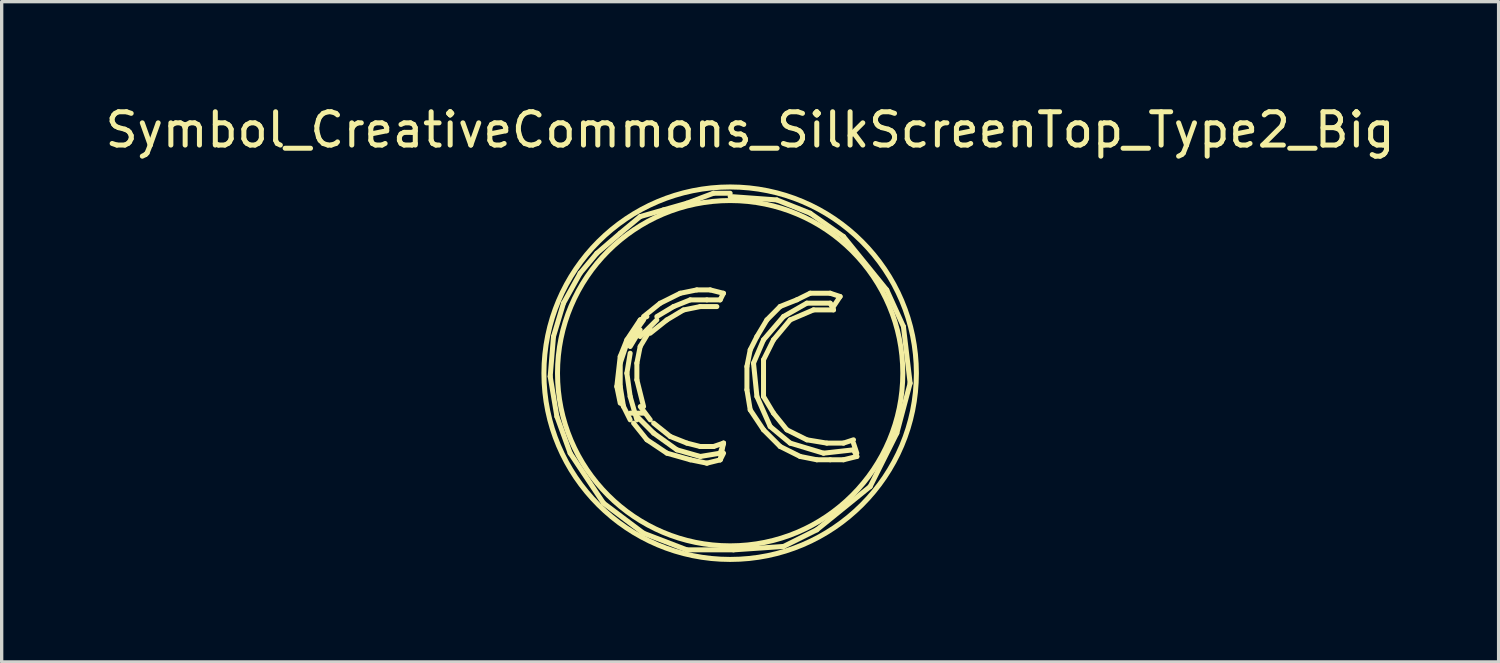
<source format=kicad_pcb>
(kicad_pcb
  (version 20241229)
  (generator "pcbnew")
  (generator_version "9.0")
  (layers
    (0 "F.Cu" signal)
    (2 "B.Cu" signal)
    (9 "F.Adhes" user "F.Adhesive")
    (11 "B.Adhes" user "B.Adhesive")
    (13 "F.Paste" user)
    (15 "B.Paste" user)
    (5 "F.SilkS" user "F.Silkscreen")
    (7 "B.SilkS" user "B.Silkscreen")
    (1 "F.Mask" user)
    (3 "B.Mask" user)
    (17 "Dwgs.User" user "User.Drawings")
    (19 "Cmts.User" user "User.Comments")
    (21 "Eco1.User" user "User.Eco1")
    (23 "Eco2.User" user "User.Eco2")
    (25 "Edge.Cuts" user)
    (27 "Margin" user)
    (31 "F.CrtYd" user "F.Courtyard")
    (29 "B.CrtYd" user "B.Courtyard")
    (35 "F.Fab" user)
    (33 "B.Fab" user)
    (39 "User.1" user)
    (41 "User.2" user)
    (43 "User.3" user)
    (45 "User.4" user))
  (footprint "Symbol_CreativeCommons_SilkScreenTop_Type2_Big"
    (layer "F.Cu")
    (at 18.859 8.148)
    (property "Reference" "Symbol_CreativeCommons_SilkScreenTop_Type2_Big" (at 0.599 -7.3 0) (layer "F.SilkS") (effects (font (size 1 1) (thickness 0.15))))
    (attr exclude_from_pos_files exclude_from_bom)
    (fp_line (start -5.4 0.099) (end -5.199 1.3) (stroke (width 0.15) (type solid)) (layer "F.SilkS"))
    (fp_line (start -5.301 -1.1) (end -5.4 0.099) (stroke (width 0.15) (type solid)) (layer "F.SilkS"))
    (fp_line (start -5.199 1.3) (end -4.801 2.4) (stroke (width 0.15) (type solid)) (layer "F.SilkS"))
    (fp_line (start -5.001 -2.101) (end -5.301 -1.1) (stroke (width 0.15) (type solid)) (layer "F.SilkS"))
    (fp_line (start -4.801 2.4) (end -3.8 3.899) (stroke (width 0.15) (type solid)) (layer "F.SilkS"))
    (fp_line (start -4.501 -3) (end -5.001 -2.101) (stroke (width 0.15) (type solid)) (layer "F.SilkS"))
    (fp_line (start -4 -3.599) (end -4.501 -3) (stroke (width 0.15) (type solid)) (layer "F.SilkS"))
    (fp_line (start -3.8 3.899) (end -2.601 4.801) (stroke (width 0.15) (type solid)) (layer "F.SilkS"))
    (fp_line (start -3.401 0.399) (end -3.299 0.899) (stroke (width 0.15) (type solid)) (layer "F.SilkS"))
    (fp_line (start -3.299 -4.201) (end -4 -3.599) (stroke (width 0.15) (type solid)) (layer "F.SilkS"))
    (fp_line (start -3.299 -0.5) (end -3.401 0.399) (stroke (width 0.15) (type solid)) (layer "F.SilkS"))
    (fp_line (start -3.299 -0.3) (end -3.299 0.401) (stroke (width 0.15) (type solid)) (layer "F.SilkS"))
    (fp_line (start -3.299 0.401) (end -3.2 1.001) (stroke (width 0.15) (type solid)) (layer "F.SilkS"))
    (fp_line (start -3.299 0.8) (end -3 1.4) (stroke (width 0.15) (type solid)) (layer "F.SilkS"))
    (fp_line (start -3.099 -1.001) (end -3.299 -0.5) (stroke (width 0.15) (type solid)) (layer "F.SilkS"))
    (fp_line (start -3.099 -0.899) (end -3.299 -0.3) (stroke (width 0.15) (type solid)) (layer "F.SilkS"))
    (fp_line (start -3.099 0) (end -3 -0.599) (stroke (width 0.15) (type solid)) (layer "F.SilkS"))
    (fp_line (start -3 -0.8) (end -2.7 -1.3) (stroke (width 0.15) (type solid)) (layer "F.SilkS"))
    (fp_line (start -3 0.701) (end -3.099 0) (stroke (width 0.15) (type solid)) (layer "F.SilkS"))
    (fp_line (start -2.997 1.199) (end -2.598 1.199) (stroke (width 0.15) (type solid)) (layer "F.SilkS"))
    (fp_line (start -2.898 1.499) (end -2.497 1.999) (stroke (width 0.15) (type solid)) (layer "F.SilkS"))
    (fp_line (start -2.799 -0.3) (end -2.799 0.201) (stroke (width 0.15) (type solid)) (layer "F.SilkS"))
    (fp_line (start -2.799 0.201) (end -2.598 1.001) (stroke (width 0.15) (type solid)) (layer "F.SilkS"))
    (fp_line (start -2.799 1.4) (end -3 0.701) (stroke (width 0.15) (type solid)) (layer "F.SilkS"))
    (fp_line (start -2.7 -4.699) (end -3.299 -4.201) (stroke (width 0.15) (type solid)) (layer "F.SilkS"))
    (fp_line (start -2.7 -1.6) (end -3.099 -1.001) (stroke (width 0.15) (type solid)) (layer "F.SilkS"))
    (fp_line (start -2.7 -1.1) (end -2.2 -1.6) (stroke (width 0.15) (type solid)) (layer "F.SilkS"))
    (fp_line (start -2.7 -0.8) (end -2.799 -0.3) (stroke (width 0.15) (type solid)) (layer "F.SilkS"))
    (fp_line (start -2.697 1.001) (end -2.398 1.4) (stroke (width 0.15) (type solid)) (layer "F.SilkS"))
    (fp_line (start -2.601 4.801) (end -1.3 5.301) (stroke (width 0.15) (type solid)) (layer "F.SilkS"))
    (fp_line (start -2.598 -1.6) (end -3.099 -0.899) (stroke (width 0.15) (type solid)) (layer "F.SilkS"))
    (fp_line (start -2.499 -1.699) (end -2.7 -1.6) (stroke (width 0.15) (type solid)) (layer "F.SilkS"))
    (fp_line (start -2.497 1.999) (end -1.897 2.4) (stroke (width 0.15) (type solid)) (layer "F.SilkS"))
    (fp_line (start -2.4 -1.3) (end -2.7 -0.8) (stroke (width 0.15) (type solid)) (layer "F.SilkS"))
    (fp_line (start -2.296 1.499) (end -1.796 1.9) (stroke (width 0.15) (type solid)) (layer "F.SilkS"))
    (fp_line (start -2.296 1.798) (end -2.797 1.298) (stroke (width 0.15) (type solid)) (layer "F.SilkS"))
    (fp_line (start -2.2 -1.699) (end -1.699 -1.999) (stroke (width 0.15) (type solid)) (layer "F.SilkS"))
    (fp_line (start -2.101 -2.098) (end -2.598 -1.699) (stroke (width 0.15) (type solid)) (layer "F.SilkS"))
    (fp_line (start -1.999 -4.9) (end -2.7 -4.699) (stroke (width 0.15) (type solid)) (layer "F.SilkS"))
    (fp_line (start -1.9 -1.598) (end -2.4 -1.199) (stroke (width 0.15) (type solid)) (layer "F.SilkS"))
    (fp_line (start -1.897 2.4) (end -1.196 2.598) (stroke (width 0.15) (type solid)) (layer "F.SilkS"))
    (fp_line (start -1.796 1.9) (end -1.298 2.098) (stroke (width 0.15) (type solid)) (layer "F.SilkS"))
    (fp_line (start -1.699 -1.999) (end -1.199 -2.2) (stroke (width 0.15) (type solid)) (layer "F.SilkS"))
    (fp_line (start -1.598 2.299) (end -2.296 1.798) (stroke (width 0.15) (type solid)) (layer "F.SilkS"))
    (fp_line (start -1.499 -2.398) (end -2.101 -2.098) (stroke (width 0.15) (type solid)) (layer "F.SilkS"))
    (fp_line (start -1.4 -1.897) (end -1.9 -1.598) (stroke (width 0.15) (type solid)) (layer "F.SilkS"))
    (fp_line (start -1.3 -5.1) (end -1.999 -4.9) (stroke (width 0.15) (type solid)) (layer "F.SilkS"))
    (fp_line (start -1.3 5.301) (end 0.099 5.301) (stroke (width 0.15) (type solid)) (layer "F.SilkS"))
    (fp_line (start -1.298 2.098) (end -0.897 2.2) (stroke (width 0.15) (type solid)) (layer "F.SilkS"))
    (fp_line (start -1.199 -2.2) (end -0.699 -2.2) (stroke (width 0.15) (type solid)) (layer "F.SilkS"))
    (fp_line (start -1.196 2.598) (end -0.696 2.7) (stroke (width 0.15) (type solid)) (layer "F.SilkS"))
    (fp_line (start -1.001 -2.499) (end -1.499 -2.398) (stroke (width 0.15) (type solid)) (layer "F.SilkS"))
    (fp_line (start -0.899 -1.999) (end -1.4 -1.897) (stroke (width 0.15) (type solid)) (layer "F.SilkS"))
    (fp_line (start -0.897 2.2) (end -0.498 2.2) (stroke (width 0.15) (type solid)) (layer "F.SilkS"))
    (fp_line (start -0.897 2.499) (end -1.598 2.299) (stroke (width 0.15) (type solid)) (layer "F.SilkS"))
    (fp_line (start -0.701 2.7) (end -0.3 2.601) (stroke (width 0.15) (type solid)) (layer "F.SilkS"))
    (fp_line (start -0.699 -2.2) (end -0.3 -2.2) (stroke (width 0.15) (type solid)) (layer "F.SilkS"))
    (fp_line (start -0.599 -2.499) (end -1.001 -2.499) (stroke (width 0.15) (type solid)) (layer "F.SilkS"))
    (fp_line (start -0.5 -5.4) (end -1.3 -5.1) (stroke (width 0.15) (type solid)) (layer "F.SilkS"))
    (fp_line (start -0.498 2.2) (end -0.198 2.098) (stroke (width 0.15) (type solid)) (layer "F.SilkS"))
    (fp_line (start -0.399 -1.999) (end -0.899 -1.999) (stroke (width 0.15) (type solid)) (layer "F.SilkS"))
    (fp_line (start -0.3 -2.2) (end -0.201 -2.398) (stroke (width 0.15) (type solid)) (layer "F.SilkS"))
    (fp_line (start -0.3 2.601) (end -0.201 2.101) (stroke (width 0.15) (type solid)) (layer "F.SilkS"))
    (fp_line (start -0.297 2.4) (end -0.897 2.499) (stroke (width 0.15) (type solid)) (layer "F.SilkS"))
    (fp_line (start -0.201 -2.398) (end -0.599 -2.499) (stroke (width 0.15) (type solid)) (layer "F.SilkS"))
    (fp_line (start -0.198 2.098) (end -0.297 2.4) (stroke (width 0.15) (type solid)) (layer "F.SilkS"))
    (fp_line (start -0.198 2.4) (end -0.297 2.598) (stroke (width 0.15) (type solid)) (layer "F.SilkS"))
    (fp_line (start 0 -5.4) (end -0.5 -5.4) (stroke (width 0.15) (type solid)) (layer "F.SilkS"))
    (fp_line (start 0.099 5.301) (end 1.6 5.199) (stroke (width 0.15) (type solid)) (layer "F.SilkS"))
    (fp_line (start 0.503 -0.201) (end 0.503 0.498) (stroke (width 0.15) (type solid)) (layer "F.SilkS"))
    (fp_line (start 0.503 0.498) (end 0.602 1.1) (stroke (width 0.15) (type solid)) (layer "F.SilkS"))
    (fp_line (start 0.602 -0.701) (end 0.503 -0.201) (stroke (width 0.15) (type solid)) (layer "F.SilkS"))
    (fp_line (start 0.602 1.1) (end 1.001 1.699) (stroke (width 0.15) (type solid)) (layer "F.SilkS"))
    (fp_line (start 0.701 -0.3) (end 1.001 -1.001) (stroke (width 0.15) (type solid)) (layer "F.SilkS"))
    (fp_line (start 0.803 -1.1) (end 0.602 -0.701) (stroke (width 0.15) (type solid)) (layer "F.SilkS"))
    (fp_line (start 0.803 0.699) (end 0.701 -0.3) (stroke (width 0.15) (type solid)) (layer "F.SilkS"))
    (fp_line (start 1.001 -1.001) (end 1.603 -1.702) (stroke (width 0.15) (type solid)) (layer "F.SilkS"))
    (fp_line (start 1.001 -0.401) (end 1.001 0.099) (stroke (width 0.15) (type solid)) (layer "F.SilkS"))
    (fp_line (start 1.001 0.099) (end 1.001 0.699) (stroke (width 0.15) (type solid)) (layer "F.SilkS"))
    (fp_line (start 1.001 0.699) (end 1.3 1.199) (stroke (width 0.15) (type solid)) (layer "F.SilkS"))
    (fp_line (start 1.001 1.699) (end 1.501 2.2) (stroke (width 0.15) (type solid)) (layer "F.SilkS"))
    (fp_line (start 1.102 -1.6) (end 0.803 -1.1) (stroke (width 0.15) (type solid)) (layer "F.SilkS"))
    (fp_line (start 1.201 1.6) (end 0.803 0.699) (stroke (width 0.15) (type solid)) (layer "F.SilkS"))
    (fp_line (start 1.3 -1.001) (end 1.001 -0.401) (stroke (width 0.15) (type solid)) (layer "F.SilkS"))
    (fp_line (start 1.3 1.199) (end 1.702 1.699) (stroke (width 0.15) (type solid)) (layer "F.SilkS"))
    (fp_line (start 1.4 -5.199) (end 0 -5.301) (stroke (width 0.15) (type solid)) (layer "F.SilkS"))
    (fp_line (start 1.501 -2.002) (end 1.102 -1.6) (stroke (width 0.15) (type solid)) (layer "F.SilkS"))
    (fp_line (start 1.501 2.2) (end 2.101 2.499) (stroke (width 0.15) (type solid)) (layer "F.SilkS"))
    (fp_line (start 1.6 5.199) (end 2.601 4.699) (stroke (width 0.15) (type solid)) (layer "F.SilkS"))
    (fp_line (start 1.603 -1.702) (end 2.301 -2.101) (stroke (width 0.15) (type solid)) (layer "F.SilkS"))
    (fp_line (start 1.702 1.699) (end 2.301 1.999) (stroke (width 0.15) (type solid)) (layer "F.SilkS"))
    (fp_line (start 1.801 -1.6) (end 1.3 -1.001) (stroke (width 0.15) (type solid)) (layer "F.SilkS"))
    (fp_line (start 1.801 2.098) (end 1.201 1.6) (stroke (width 0.15) (type solid)) (layer "F.SilkS"))
    (fp_line (start 2.002 -2.202) (end 1.501 -2.002) (stroke (width 0.15) (type solid)) (layer "F.SilkS"))
    (fp_line (start 2.101 2.499) (end 2.601 2.598) (stroke (width 0.15) (type solid)) (layer "F.SilkS"))
    (fp_line (start 2.301 -2.101) (end 3.002 -2.101) (stroke (width 0.15) (type solid)) (layer "F.SilkS"))
    (fp_line (start 2.301 1.999) (end 2.901 2.098) (stroke (width 0.15) (type solid)) (layer "F.SilkS"))
    (fp_line (start 2.4 -4.801) (end 1.4 -5.199) (stroke (width 0.15) (type solid)) (layer "F.SilkS"))
    (fp_line (start 2.403 -2.4) (end 2.002 -2.202) (stroke (width 0.15) (type solid)) (layer "F.SilkS"))
    (fp_line (start 2.502 -1.9) (end 1.801 -1.6) (stroke (width 0.15) (type solid)) (layer "F.SilkS"))
    (fp_line (start 2.601 2.598) (end 3.002 2.598) (stroke (width 0.15) (type solid)) (layer "F.SilkS"))
    (fp_line (start 2.601 4.699) (end 4.201 3.401) (stroke (width 0.15) (type solid)) (layer "F.SilkS"))
    (fp_line (start 2.802 2.4) (end 1.801 2.098) (stroke (width 0.15) (type solid)) (layer "F.SilkS"))
    (fp_line (start 2.901 2.098) (end 3.401 2.098) (stroke (width 0.15) (type solid)) (layer "F.SilkS"))
    (fp_line (start 3 -2.4) (end 3.299 -2.301) (stroke (width 0.15) (type solid)) (layer "F.SilkS"))
    (fp_line (start 3.002 -2.4) (end 2.403 -2.4) (stroke (width 0.15) (type solid)) (layer "F.SilkS"))
    (fp_line (start 3.002 -2.101) (end 3.101 -1.9) (stroke (width 0.15) (type solid)) (layer "F.SilkS"))
    (fp_line (start 3.002 2.598) (end 3.401 2.598) (stroke (width 0.15) (type solid)) (layer "F.SilkS"))
    (fp_line (start 3.101 -1.9) (end 2.502 -1.9) (stroke (width 0.15) (type solid)) (layer "F.SilkS"))
    (fp_line (start 3.299 -2.301) (end 3.099 -1.999) (stroke (width 0.15) (type solid)) (layer "F.SilkS"))
    (fp_line (start 3.401 -4.1) (end 2.4 -4.801) (stroke (width 0.15) (type solid)) (layer "F.SilkS"))
    (fp_line (start 3.401 2.098) (end 3.701 1.999) (stroke (width 0.15) (type solid)) (layer "F.SilkS"))
    (fp_line (start 3.401 2.598) (end 3.802 2.499) (stroke (width 0.15) (type solid)) (layer "F.SilkS"))
    (fp_line (start 3.701 2.101) (end 3.8 2.4) (stroke (width 0.15) (type solid)) (layer "F.SilkS"))
    (fp_line (start 3.701 2.299) (end 2.802 2.4) (stroke (width 0.15) (type solid)) (layer "F.SilkS"))
    (fp_line (start 3.802 2.499) (end 3.701 2.299) (stroke (width 0.15) (type solid)) (layer "F.SilkS"))
    (fp_line (start 4.201 3.401) (end 5.001 1.801) (stroke (width 0.15) (type solid)) (layer "F.SilkS"))
    (fp_line (start 4.699 -2.499) (end 3.401 -4.1) (stroke (width 0.15) (type solid)) (layer "F.SilkS"))
    (fp_line (start 5.001 1.801) (end 5.4 0.3) (stroke (width 0.15) (type solid)) (layer "F.SilkS"))
    (fp_line (start 5.199 -1.4) (end 4.699 -2.499) (stroke (width 0.15) (type solid)) (layer "F.SilkS"))
    (fp_line (start 5.4 0.3) (end 5.199 -1.4) (stroke (width 0.15) (type solid)) (layer "F.SilkS"))
    (fp_circle (center 0 0) (end 5.08 1.016) (stroke (width 0.15) (type solid)) (fill no) (layer "F.SilkS"))
    (fp_circle (center 0 0) (end 5.588 0) (stroke (width 0.15) (type solid)) (fill no) (layer "F.SilkS")))
  (gr_rect
    (start -3 -3)
    (end 41.917 16.811)
    (stroke (width 0.1) (type default))
    (fill no)
    (layer "Edge.Cuts")))
</source>
